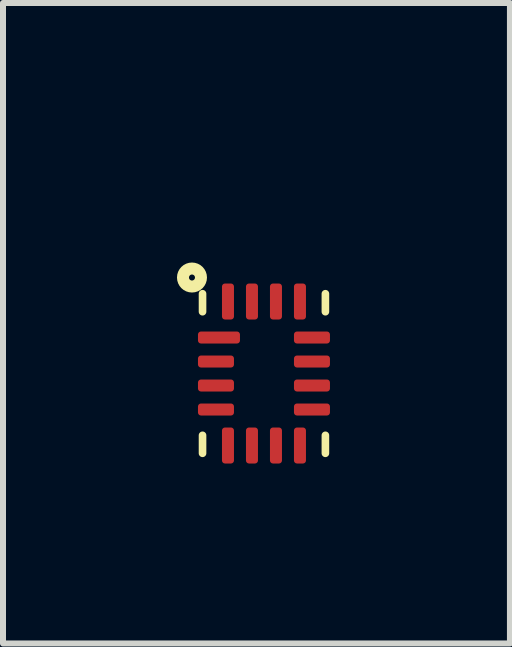
<source format=kicad_pcb>
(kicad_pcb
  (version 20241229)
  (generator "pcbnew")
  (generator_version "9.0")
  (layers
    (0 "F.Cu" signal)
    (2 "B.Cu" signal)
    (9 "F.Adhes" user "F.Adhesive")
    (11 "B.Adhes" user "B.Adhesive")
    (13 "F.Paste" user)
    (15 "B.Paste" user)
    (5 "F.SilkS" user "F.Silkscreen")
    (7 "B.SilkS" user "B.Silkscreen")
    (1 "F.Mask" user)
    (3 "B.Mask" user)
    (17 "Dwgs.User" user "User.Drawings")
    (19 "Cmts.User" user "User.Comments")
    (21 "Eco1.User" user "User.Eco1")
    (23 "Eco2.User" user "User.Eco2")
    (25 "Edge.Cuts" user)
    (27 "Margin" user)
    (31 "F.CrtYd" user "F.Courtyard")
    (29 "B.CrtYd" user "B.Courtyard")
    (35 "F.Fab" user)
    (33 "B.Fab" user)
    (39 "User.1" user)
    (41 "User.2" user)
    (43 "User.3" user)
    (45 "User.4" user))
  (footprint "QFN40P260X180X55-16N"
    (layer "F.Cu")
    (at 1.35 3.176)
    (property "Reference" "QFN40P260X180X55-16N" (at 0 -3.175 0) (layer "F.SilkS") (effects (font (size 0.001 0.001) (thickness 0.15))))
    (attr smd)
    (fp_line (start -1.024 -1.33) (end -1.024 -1.03) (stroke (width 0.127) (type solid)) (layer "F.SilkS"))
    (fp_line (start -1.024 1.33) (end -1.024 1.03) (stroke (width 0.127) (type solid)) (layer "F.SilkS"))
    (fp_line (start 1.024 -1.33) (end 1.024 -1.03) (stroke (width 0.127) (type solid)) (layer "F.SilkS"))
    (fp_line (start 1.024 1.33) (end 1.024 1.03) (stroke (width 0.127) (type solid)) (layer "F.SilkS"))
    (fp_circle (center -1.2 -1.6) (end -1.15 -1.6) (stroke (width 0.2) (type solid)) (fill no) (layer "F.SilkS"))
    (pad "1" smd roundrect (at -0.75 -0.6) (size 0.7 0.2) (layers "F.Cu" "F.Mask" "F.Paste") (roundrect_rratio 0.25))
    (pad "2" smd roundrect (at -0.8 -0.2) (size 0.6 0.2) (layers "F.Cu" "F.Mask" "F.Paste") (roundrect_rratio 0.25))
    (pad "3" smd roundrect (at -0.8 0.2) (size 0.6 0.2) (layers "F.Cu" "F.Mask" "F.Paste") (roundrect_rratio 0.25))
    (pad "4" smd roundrect (at -0.8 0.6) (size 0.6 0.2) (layers "F.Cu" "F.Mask" "F.Paste") (roundrect_rratio 0.25))
    (pad "5" smd roundrect (at -0.6 1.2 90) (size 0.6 0.2) (layers "F.Cu" "F.Mask" "F.Paste") (roundrect_rratio 0.25))
    (pad "6" smd roundrect (at -0.2 1.2 90) (size 0.6 0.2) (layers "F.Cu" "F.Mask" "F.Paste") (roundrect_rratio 0.25))
    (pad "7" smd roundrect (at 0.2 1.2 90) (size 0.6 0.2) (layers "F.Cu" "F.Mask" "F.Paste") (roundrect_rratio 0.25))
    (pad "8" smd roundrect (at 0.6 1.2 90) (size 0.6 0.2) (layers "F.Cu" "F.Mask" "F.Paste") (roundrect_rratio 0.25))
    (pad "9" smd roundrect (at 0.8 0.6) (size 0.6 0.2) (layers "F.Cu" "F.Mask" "F.Paste") (roundrect_rratio 0.25))
    (pad "10" smd roundrect (at 0.8 0.2) (size 0.6 0.2) (layers "F.Cu" "F.Mask" "F.Paste") (roundrect_rratio 0.25))
    (pad "11" smd roundrect (at 0.8 -0.2) (size 0.6 0.2) (layers "F.Cu" "F.Mask" "F.Paste") (roundrect_rratio 0.25))
    (pad "12" smd roundrect (at 0.8 -0.6) (size 0.6 0.2) (layers "F.Cu" "F.Mask" "F.Paste") (roundrect_rratio 0.25))
    (pad "13" smd roundrect (at 0.6 -1.2 90) (size 0.6 0.2) (layers "F.Cu" "F.Mask" "F.Paste") (roundrect_rratio 0.25))
    (pad "14" smd roundrect (at 0.2 -1.2 90) (size 0.6 0.2) (layers "F.Cu" "F.Mask" "F.Paste") (roundrect_rratio 0.25))
    (pad "15" smd roundrect (at -0.2 -1.2 90) (size 0.6 0.2) (layers "F.Cu" "F.Mask" "F.Paste") (roundrect_rratio 0.25))
    (pad "16" smd roundrect (at -0.6 -1.2 270) (size 0.6 0.2) (layers "F.Cu" "F.Mask" "F.Paste") (roundrect_rratio 0.25)))
  (gr_rect
    (start -3 -3)
    (end 5.45 7.676)
    (stroke (width 0.1) (type default))
    (fill no)
    (layer "Edge.Cuts")))
</source>
